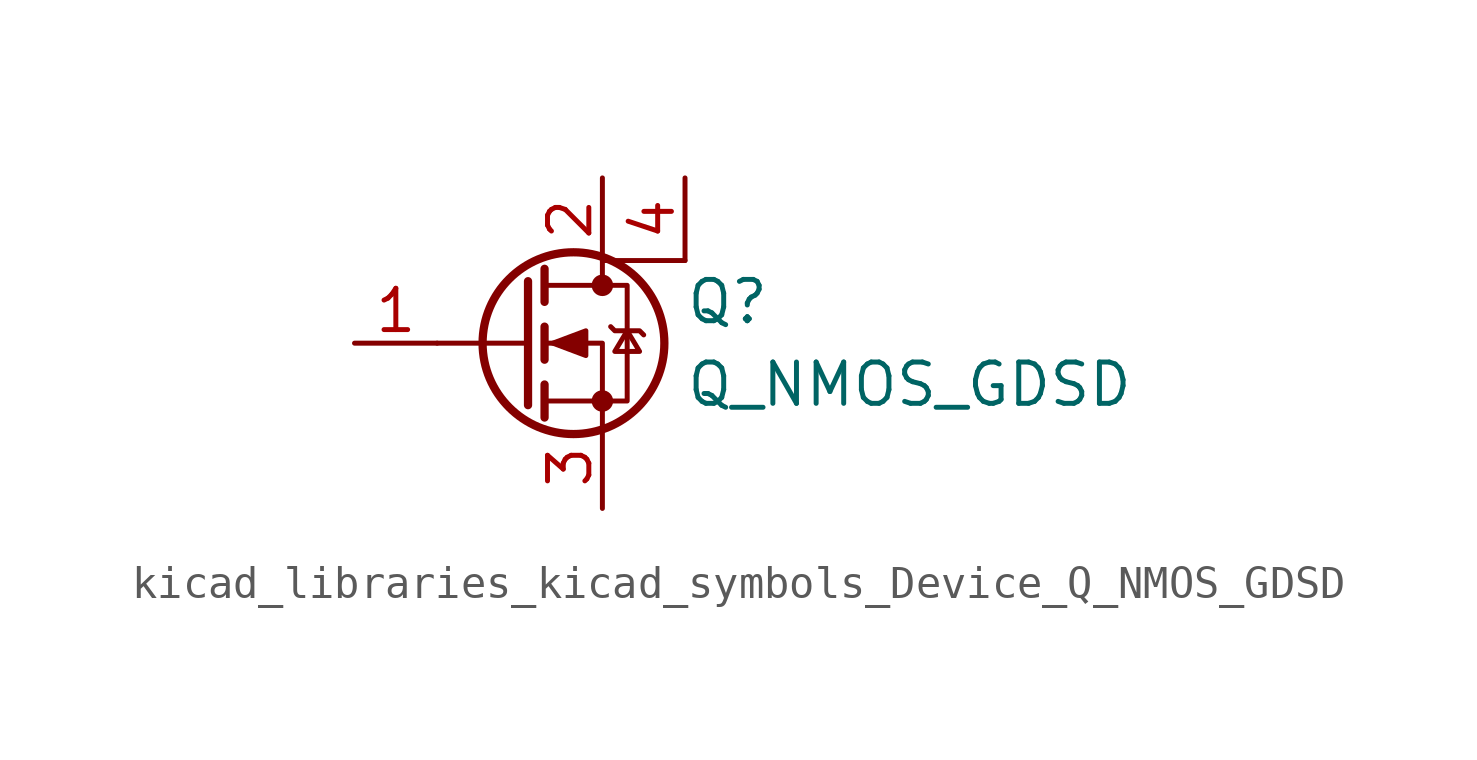
<source format=kicad_sym>
(kicad_symbol_lib
  (version 20220914)
  (generator kicad_symbol_editor)
  (symbol "kicad_libraries_kicad_symbols_Device_Q_NMOS_GDSD"
    (pin_names
      (offset 0) hide)
    (property "Reference" "Q"
      (at 5.08 1.27 0)
      (effects (font (size 1.27 1.27)) (justify left)))
    (property "Value" "Q_NMOS_GDSD"
      (at 5.08 -1.27 0)
      (effects (font (size 1.27 1.27)) (justify left)))
    (symbol "kicad_libraries_kicad_symbols_Device_Q_NMOS_GDSD_0_1"
      (polyline (pts (xy 0.254 0) (xy -2.54 0)) (stroke (width 0) (type default)) (fill (type none)))
      (polyline (pts (xy 0.254 1.905) (xy 0.254 -1.905)) (stroke (width 0.254) (type default)) (fill (type none)))
      (polyline (pts (xy 0.762 -1.27) (xy 0.762 -2.286)) (stroke (width 0.254) (type default)) (fill (type none)))
      (polyline (pts (xy 0.762 0.508) (xy 0.762 -0.508)) (stroke (width 0.254) (type default)) (fill (type none)))
      (polyline (pts (xy 0.762 2.286) (xy 0.762 1.27)) (stroke (width 0.254) (type default)) (fill (type none)))
      (polyline (pts (xy 2.54 -2.54) (xy 2.54 0) (xy 0.762 0)) (stroke (width 0) (type default)) (fill (type none)))
      (polyline (pts (xy 5.08 2.54) (xy 2.54 2.54) (xy 2.54 1.778)) (stroke (width 0) (type default)) (fill (type none)))
      (polyline (pts (xy 0.762 -1.778) (xy 3.302 -1.778) (xy 3.302 1.778) (xy 0.762 1.778)) (stroke (width 0) (type default)) (fill (type none)))
      (polyline (pts (xy 1.016 0) (xy 2.032 0.381) (xy 2.032 -0.381) (xy 1.016 0)) (stroke (width 0) (type default)) (fill (type outline)))
      (polyline (pts (xy 2.794 0.508) (xy 2.921 0.381) (xy 3.683 0.381) (xy 3.81 0.254)) (stroke (width 0) (type default)) (fill (type none)))
      (polyline (pts (xy 3.302 0.381) (xy 2.921 -0.254) (xy 3.683 -0.254) (xy 3.302 0.381)) (stroke (width 0) (type default)) (fill (type none)))
      (circle (center 1.651 0) (radius 2.794) (stroke (width 0.254) (type default)) (fill (type none)))
      (circle (center 2.54 -1.778) (radius 0.254) (stroke (width 0) (type default)) (fill (type outline)))
      (circle (center 2.54 1.778) (radius 0.254) (stroke (width 0) (type default)) (fill (type outline))))
    (symbol "kicad_libraries_kicad_symbols_Device_Q_NMOS_GDSD_1_1"
      (pin input line (at -5.08 0 0) (length 2.54) (name "G" (effects (font (size 1.27 1.27)))) (number "1" (effects (font (size 1.27 1.27)))))
      (pin passive line (at 2.54 5.08 270) (length 2.54) (name "D" (effects (font (size 1.27 1.27)))) (number "2" (effects (font (size 1.27 1.27)))))
      (pin passive line (at 2.54 -5.08 90) (length 2.54) (name "S" (effects (font (size 1.27 1.27)))) (number "3" (effects (font (size 1.27 1.27)))))
      (pin passive line (at 5.08 5.08 270) (length 2.54) (name "D" (effects (font (size 1.27 1.27)))) (number "4" (effects (font (size 1.27 1.27))))))))
</source>
